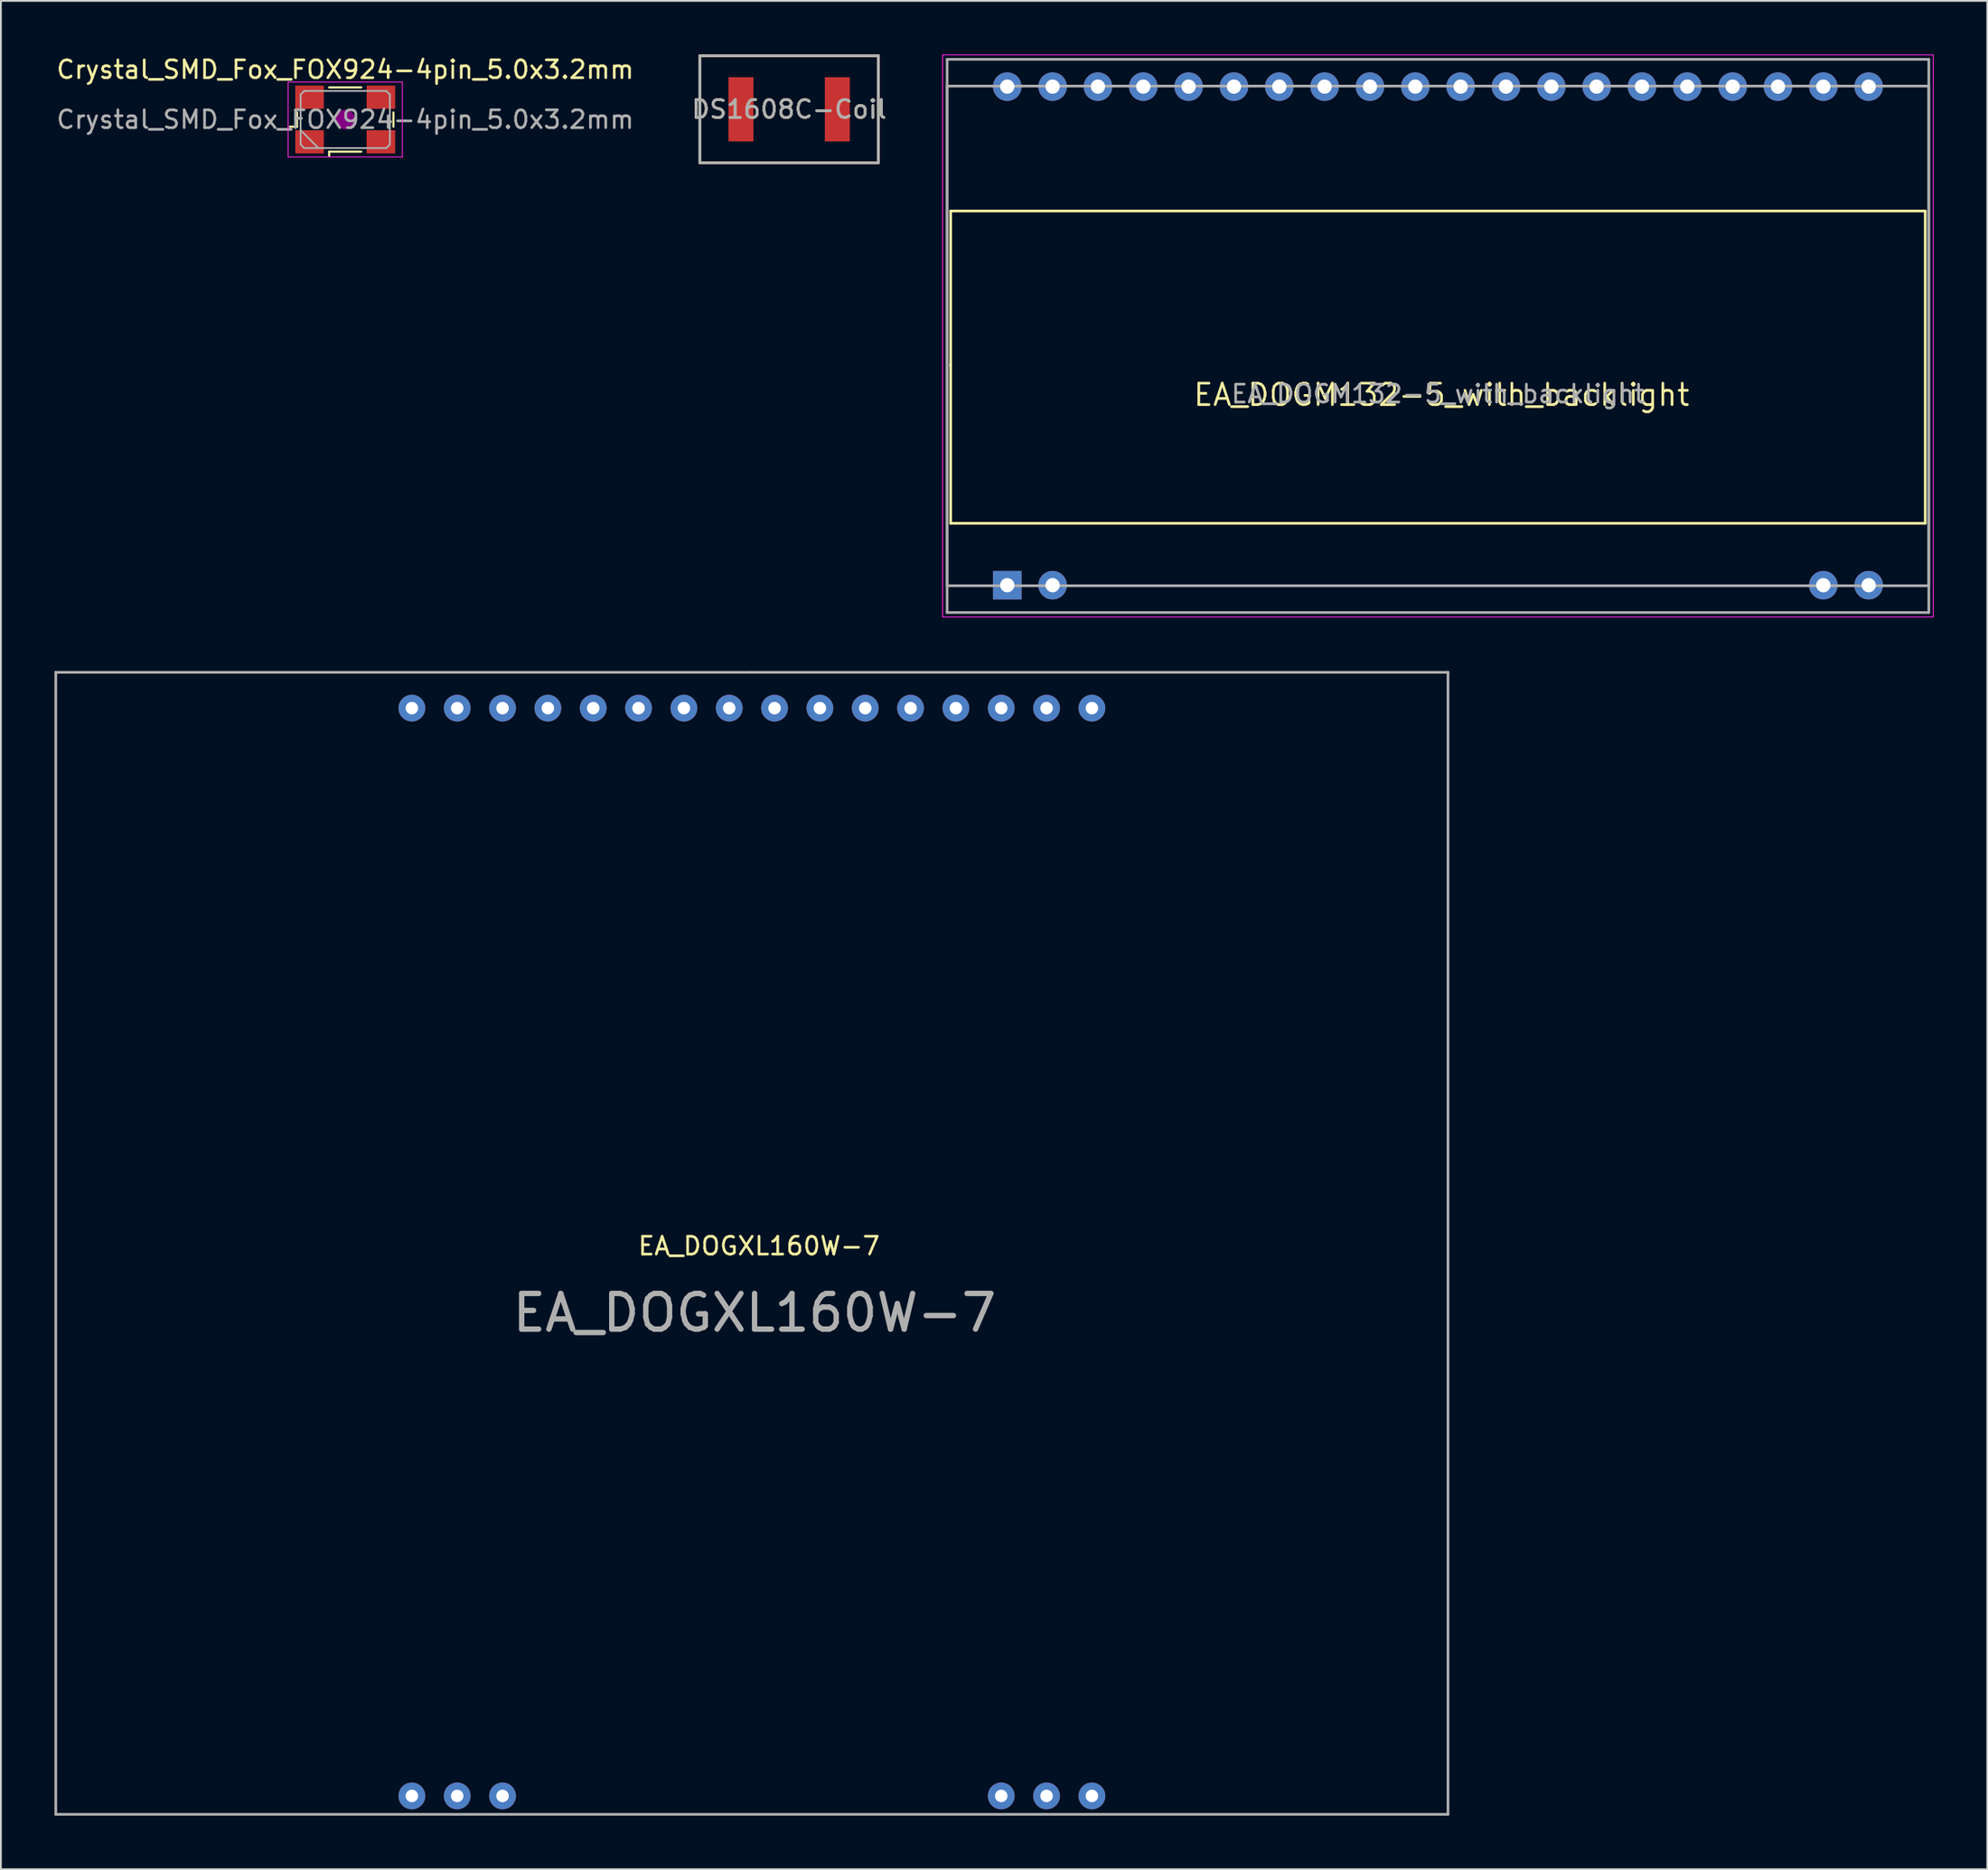
<source format=kicad_pcb>
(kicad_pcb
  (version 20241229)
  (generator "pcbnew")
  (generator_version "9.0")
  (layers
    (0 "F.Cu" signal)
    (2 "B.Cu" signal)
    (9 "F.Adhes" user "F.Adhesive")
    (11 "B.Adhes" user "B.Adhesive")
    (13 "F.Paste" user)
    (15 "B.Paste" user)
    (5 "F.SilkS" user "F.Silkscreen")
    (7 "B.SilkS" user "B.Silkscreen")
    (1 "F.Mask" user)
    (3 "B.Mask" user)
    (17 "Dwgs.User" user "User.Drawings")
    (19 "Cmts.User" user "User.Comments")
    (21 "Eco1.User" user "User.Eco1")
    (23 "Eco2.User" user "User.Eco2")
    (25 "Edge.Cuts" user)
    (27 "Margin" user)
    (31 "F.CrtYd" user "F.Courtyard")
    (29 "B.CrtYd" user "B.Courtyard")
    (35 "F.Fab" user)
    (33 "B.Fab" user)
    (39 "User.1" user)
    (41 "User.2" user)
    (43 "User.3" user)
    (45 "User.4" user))
  (footprint "DS1608C-Coil"
    (layer "F.Cu")
    (at 41.161 3.075)
    (property "Reference" "DS1608C-Coil" (at 0 0 0) (layer "F.SilkS") (effects (font (size 1 1) (thickness 0.15))))
    (attr through_hole)
    (fp_line (start -5 -3) (end 5 -3) (stroke (width 0.15) (type solid)) (layer "F.SilkS"))
    (fp_line (start -5 3) (end -5 -3) (stroke (width 0.15) (type solid)) (layer "F.SilkS"))
    (fp_line (start 5 -3) (end 5 3) (stroke (width 0.15) (type solid)) (layer "F.SilkS"))
    (fp_line (start 5 3) (end -5 3) (stroke (width 0.15) (type solid)) (layer "F.SilkS"))
    (fp_line (start -5 -3) (end 5 -3) (stroke (width 0.15) (type solid)) (layer "F.Fab"))
    (fp_line (start -5 3) (end -5 -3) (stroke (width 0.15) (type solid)) (layer "F.Fab"))
    (fp_line (start 5 -3) (end 5 3) (stroke (width 0.15) (type solid)) (layer "F.Fab"))
    (fp_line (start 5 3) (end -5 3) (stroke (width 0.15) (type solid)) (layer "F.Fab"))
    (fp_text user "${REFERENCE}" (at 0 0 0) (layer "F.Fab") (effects (font (size 1 1) (thickness 0.15))))
    (pad "1" smd rect (at -2.7 0) (size 1.4 3.6) (layers "F.Cu" "F.Mask" "F.Paste"))
    (pad "2" smd rect (at 2.7 0) (size 1.4 3.6) (layers "F.Cu" "F.Mask" "F.Paste")))
  (footprint "Crystal_SMD_Fox_FOX924-4pin_5.0x3.2mm"
    (layer "F.Cu")
    (at 16.292 3.648)
    (property "Reference" "Crystal_SMD_Fox_FOX924-4pin_5.0x3.2mm" (at 0 -2.8 0) (layer "F.SilkS") (effects (font (size 1 1) (thickness 0.15))))
    (attr smd)
    (fp_line (start -3.1 0.4) (end -2.7 0.4) (stroke (width 0.12) (type solid)) (layer "F.SilkS"))
    (fp_line (start -2.7 0.4) (end -2.7 -0.4) (stroke (width 0.12) (type solid)) (layer "F.SilkS"))
    (fp_line (start -0.9 -1.8) (end 0.9 -1.8) (stroke (width 0.12) (type solid)) (layer "F.SilkS"))
    (fp_line (start -0.9 1.8) (end -0.9 2.04) (stroke (width 0.12) (type solid)) (layer "F.SilkS"))
    (fp_line (start 0.9 1.8) (end -0.9 1.8) (stroke (width 0.12) (type solid)) (layer "F.SilkS"))
    (fp_line (start 2.7 -0.4) (end 2.7 0.4) (stroke (width 0.12) (type solid)) (layer "F.SilkS"))
    (fp_circle (center 0 0) (end 0.117 0) (stroke (width 0.233) (type solid)) (fill no) (layer "F.Adhes"))
    (fp_circle (center 0 0) (end 0.267 0) (stroke (width 0.167) (type solid)) (fill no) (layer "F.Adhes"))
    (fp_circle (center 0 0) (end 0.417 0) (stroke (width 0.167) (type solid)) (fill no) (layer "F.Adhes"))
    (fp_circle (center 0 0) (end 0.5 0) (stroke (width 0.1) (type solid)) (fill no) (layer "F.Adhes"))
    (fp_line (start -3.2 -2.1) (end -3.2 2.1) (stroke (width 0.05) (type solid)) (layer "F.CrtYd"))
    (fp_line (start -3.2 2.1) (end 3.2 2.1) (stroke (width 0.05) (type solid)) (layer "F.CrtYd"))
    (fp_line (start 3.2 -2.1) (end -3.2 -2.1) (stroke (width 0.05) (type solid)) (layer "F.CrtYd"))
    (fp_line (start 3.2 2.1) (end 3.2 -2.1) (stroke (width 0.05) (type solid)) (layer "F.CrtYd"))
    (fp_line (start -2.5 -1.4) (end -2.3 -1.6) (stroke (width 0.1) (type solid)) (layer "F.Fab"))
    (fp_line (start -2.5 0.6) (end -1.5 1.6) (stroke (width 0.1) (type solid)) (layer "F.Fab"))
    (fp_line (start -2.5 1.4) (end -2.5 -1.4) (stroke (width 0.1) (type solid)) (layer "F.Fab"))
    (fp_line (start -2.3 -1.6) (end 2.3 -1.6) (stroke (width 0.1) (type solid)) (layer "F.Fab"))
    (fp_line (start -2.3 1.6) (end -2.5 1.4) (stroke (width 0.1) (type solid)) (layer "F.Fab"))
    (fp_line (start 2.3 -1.6) (end 2.5 -1.4) (stroke (width 0.1) (type solid)) (layer "F.Fab"))
    (fp_line (start 2.3 1.6) (end -2.3 1.6) (stroke (width 0.1) (type solid)) (layer "F.Fab"))
    (fp_line (start 2.5 -1.4) (end 2.5 1.4) (stroke (width 0.1) (type solid)) (layer "F.Fab"))
    (fp_line (start 2.5 1.4) (end 2.3 1.6) (stroke (width 0.1) (type solid)) (layer "F.Fab"))
    (fp_text user "${REFERENCE}" (at 0 0 0) (layer "F.Fab") (effects (font (size 1 1) (thickness 0.15))))
    (pad "1" smd rect (at -2 1.25) (size 1.6 1.3) (layers "F.Cu" "F.Mask" "F.Paste"))
    (pad "2" smd rect (at 2 1.25) (size 1.6 1.3) (layers "F.Cu" "F.Mask" "F.Paste"))
    (pad "3" smd rect (at 2 -1.25) (size 1.6 1.3) (layers "F.Cu" "F.Mask" "F.Paste"))
    (pad "4" smd rect (at -2 -1.25) (size 1.6 1.3) (layers "F.Cu" "F.Mask" "F.Paste")))
  (footprint "EA_DOGXL160W-7"
    (layer "F.Cu")
    (at 39.075 70.625)
    (property "Reference" "EA_DOGXL160W-7" (at 0.4 -3.85 0) (layer "F.SilkS") (effects (font (size 1 1) (thickness 0.15))))
    (attr through_hole)
    (fp_line (start -39 -36) (end 0 -36) (stroke (width 0.15) (type solid)) (layer "F.Fab"))
    (fp_line (start -39 28) (end -39 -36) (stroke (width 0.15) (type solid)) (layer "F.Fab"))
    (fp_line (start 0 -36) (end 39 -36) (stroke (width 0.15) (type solid)) (layer "F.Fab"))
    (fp_line (start 39 -36) (end 39 28) (stroke (width 0.15) (type solid)) (layer "F.Fab"))
    (fp_line (start 39 28) (end -39 28) (stroke (width 0.15) (type solid)) (layer "F.Fab"))
    (fp_text user "${REFERENCE}" (at 0.15 -0.1 0) (layer "F.Fab") (effects (font (size 2 2) (thickness 0.3))))
    (pad "1" thru_hole circle (at -19.05 26.97) (size 1.5 1.5) (drill 0.7) (layers "*.Cu" "*.Mask"))
    (pad "2" thru_hole circle (at -16.51 26.97) (size 1.5 1.5) (drill 0.7) (layers "*.Cu" "*.Mask"))
    (pad "3" thru_hole circle (at -13.97 26.97) (size 1.5 1.5) (drill 0.7) (layers "*.Cu" "*.Mask"))
    (pad "14" thru_hole circle (at 13.97 26.97) (size 1.5 1.5) (drill 0.7) (layers "*.Cu" "*.Mask"))
    (pad "15" thru_hole circle (at 16.51 26.97) (size 1.5 1.5) (drill 0.7) (layers "*.Cu" "*.Mask"))
    (pad "16" thru_hole circle (at 19.05 26.97) (size 1.5 1.5) (drill 0.7) (layers "*.Cu" "*.Mask"))
    (pad "17" thru_hole circle (at 19.05 -33.99) (size 1.5 1.5) (drill 0.7) (layers "*.Cu" "*.Mask"))
    (pad "18" thru_hole circle (at 16.51 -33.99) (size 1.5 1.5) (drill 0.7) (layers "*.Cu" "*.Mask"))
    (pad "19" thru_hole circle (at 13.97 -33.99) (size 1.5 1.5) (drill 0.7) (layers "*.Cu" "*.Mask"))
    (pad "20" thru_hole circle (at 11.43 -33.99) (size 1.5 1.5) (drill 0.7) (layers "*.Cu" "*.Mask"))
    (pad "21" thru_hole circle (at 8.89 -33.99) (size 1.5 1.5) (drill 0.7) (layers "*.Cu" "*.Mask"))
    (pad "22" thru_hole circle (at 6.35 -33.99) (size 1.5 1.5) (drill 0.7) (layers "*.Cu" "*.Mask"))
    (pad "23" thru_hole circle (at 3.81 -33.99) (size 1.5 1.5) (drill 0.7) (layers "*.Cu" "*.Mask"))
    (pad "24" thru_hole circle (at 1.27 -33.99) (size 1.5 1.5) (drill 0.7) (layers "*.Cu" "*.Mask"))
    (pad "25" thru_hole circle (at -1.27 -33.99) (size 1.5 1.5) (drill 0.7) (layers "*.Cu" "*.Mask"))
    (pad "26" thru_hole circle (at -3.81 -33.99) (size 1.5 1.5) (drill 0.7) (layers "*.Cu" "*.Mask"))
    (pad "27" thru_hole circle (at -6.35 -33.99) (size 1.5 1.5) (drill 0.7) (layers "*.Cu" "*.Mask"))
    (pad "28" thru_hole circle (at -8.89 -33.99) (size 1.5 1.5) (drill 0.7) (layers "*.Cu" "*.Mask"))
    (pad "29" thru_hole circle (at -11.43 -33.99) (size 1.5 1.5) (drill 0.7) (layers "*.Cu" "*.Mask"))
    (pad "30" thru_hole circle (at -13.97 -33.99) (size 1.5 1.5) (drill 0.7) (layers "*.Cu" "*.Mask"))
    (pad "31" thru_hole circle (at -16.51 -33.99) (size 1.5 1.5) (drill 0.7) (layers "*.Cu" "*.Mask"))
    (pad "32" thru_hole circle (at -19.05 -33.99) (size 1.5 1.5) (drill 0.7) (layers "*.Cu" "*.Mask")))
  (footprint "EA_DOGM132-5_with_backlight"
    (layer "F.Cu")
    (at 53.413 29.775)
    (property "Reference" "EA_DOGM132-5_with_backlight" (at 24.3 -10.7 180) (layer "F.SilkS") (effects (font (size 1.2 1.2) (thickness 0.15))))
    (attr through_hole)
    (fp_line (start -3.2 -21) (end 51.4 -21) (stroke (width 0.15) (type solid)) (layer "F.SilkS"))
    (fp_line (start -3.2 -12.3) (end -3.2 -21) (stroke (width 0.15) (type solid)) (layer "F.SilkS"))
    (fp_line (start -3.2 -3.5) (end -3.2 -12.4) (stroke (width 0.15) (type solid)) (layer "F.SilkS"))
    (fp_line (start 51.4 -21) (end 51.4 -3.5) (stroke (width 0.15) (type solid)) (layer "F.SilkS"))
    (fp_line (start 51.4 -3.5) (end -3.2 -3.5) (stroke (width 0.15) (type solid)) (layer "F.SilkS"))
    (fp_line (start -3.65 -29.75) (end -3.65 1.75) (stroke (width 0.05) (type solid)) (layer "F.CrtYd"))
    (fp_line (start -3.65 1.75) (end 51.85 1.75) (stroke (width 0.05) (type solid)) (layer "F.CrtYd"))
    (fp_line (start 51.85 -29.75) (end -3.65 -29.75) (stroke (width 0.05) (type solid)) (layer "F.CrtYd"))
    (fp_line (start 51.85 1.75) (end 51.85 -29.75) (stroke (width 0.05) (type solid)) (layer "F.CrtYd"))
    (fp_line (start -3.4 -29.5) (end 51.6 -29.5) (stroke (width 0.15) (type solid)) (layer "F.Fab"))
    (fp_line (start -3.4 -28) (end 51.6 -28) (stroke (width 0.15) (type solid)) (layer "F.Fab"))
    (fp_line (start -3.4 0) (end -3.4 -28) (stroke (width 0.15) (type solid)) (layer "F.Fab"))
    (fp_line (start -3.4 1.5) (end -3.4 -29.5) (stroke (width 0.15) (type solid)) (layer "F.Fab"))
    (fp_line (start 51.6 -29.5) (end 51.6 1.5) (stroke (width 0.15) (type solid)) (layer "F.Fab"))
    (fp_line (start 51.6 -28) (end 51.6 0) (stroke (width 0.15) (type solid)) (layer "F.Fab"))
    (fp_line (start 51.6 0) (end -3.4 0) (stroke (width 0.15) (type solid)) (layer "F.Fab"))
    (fp_line (start 51.6 1.5) (end -3.4 1.5) (stroke (width 0.15) (type solid)) (layer "F.Fab"))
    (fp_text user "${REFERENCE}" (at 24.1 -10.75 0) (layer "F.Fab") (effects (font (size 1 1) (thickness 0.15))))
    (pad "1" thru_hole rect (at -0.03 -0.03) (size 1.6 1.6) (drill 0.8) (layers "*.Cu" "*.Mask"))
    (pad "2" thru_hole circle (at 2.51 -0.03) (size 1.6 1.6) (drill 0.8) (layers "*.Cu" "*.Mask"))
    (pad "19" thru_hole circle (at 45.69 -0.03) (size 1.6 1.6) (drill 0.8) (layers "*.Cu" "*.Mask"))
    (pad "20" thru_hole circle (at 48.23 -0.03) (size 1.6 1.6) (drill 0.8) (layers "*.Cu" "*.Mask"))
    (pad "21" thru_hole circle (at 48.23 -27.97) (size 1.6 1.6) (drill 0.8) (layers "*.Cu" "*.Mask"))
    (pad "22" thru_hole circle (at 45.69 -27.97) (size 1.6 1.6) (drill 0.8) (layers "*.Cu" "*.Mask"))
    (pad "23" thru_hole circle (at 43.15 -27.97) (size 1.6 1.6) (drill 0.8) (layers "*.Cu" "*.Mask"))
    (pad "24" thru_hole circle (at 40.61 -27.97) (size 1.6 1.6) (drill 0.8) (layers "*.Cu" "*.Mask"))
    (pad "25" thru_hole circle (at 38.07 -27.97) (size 1.6 1.6) (drill 0.8) (layers "*.Cu" "*.Mask"))
    (pad "26" thru_hole circle (at 35.53 -27.97) (size 1.6 1.6) (drill 0.8) (layers "*.Cu" "*.Mask"))
    (pad "27" thru_hole circle (at 32.99 -27.97) (size 1.6 1.6) (drill 0.8) (layers "*.Cu" "*.Mask"))
    (pad "28" thru_hole circle (at 30.45 -27.97) (size 1.6 1.6) (drill 0.8) (layers "*.Cu" "*.Mask"))
    (pad "29" thru_hole circle (at 27.91 -27.97) (size 1.6 1.6) (drill 0.8) (layers "*.Cu" "*.Mask"))
    (pad "30" thru_hole circle (at 25.37 -27.97) (size 1.6 1.6) (drill 0.8) (layers "*.Cu" "*.Mask"))
    (pad "31" thru_hole circle (at 22.83 -27.97) (size 1.6 1.6) (drill 0.8) (layers "*.Cu" "*.Mask"))
    (pad "32" thru_hole circle (at 20.29 -27.97) (size 1.6 1.6) (drill 0.8) (layers "*.Cu" "*.Mask"))
    (pad "33" thru_hole circle (at 17.75 -27.97) (size 1.6 1.6) (drill 0.8) (layers "*.Cu" "*.Mask"))
    (pad "34" thru_hole circle (at 15.21 -27.97) (size 1.6 1.6) (drill 0.8) (layers "*.Cu" "*.Mask"))
    (pad "35" thru_hole circle (at 12.67 -27.97) (size 1.6 1.6) (drill 0.8) (layers "*.Cu" "*.Mask"))
    (pad "36" thru_hole circle (at 10.13 -27.97) (size 1.6 1.6) (drill 0.8) (layers "*.Cu" "*.Mask"))
    (pad "37" thru_hole circle (at 7.59 -27.97) (size 1.6 1.6) (drill 0.8) (layers "*.Cu" "*.Mask"))
    (pad "38" thru_hole circle (at 5.05 -27.97) (size 1.6 1.6) (drill 0.8) (layers "*.Cu" "*.Mask"))
    (pad "39" thru_hole circle (at 2.51 -27.97) (size 1.6 1.6) (drill 0.8) (layers "*.Cu" "*.Mask"))
    (pad "40" thru_hole circle (at -0.03 -27.97) (size 1.6 1.6) (drill 0.8) (layers "*.Cu" "*.Mask")))
  (gr_rect
    (start -3 -3)
    (end 108.288 101.7)
    (stroke (width 0.1) (type default))
    (fill no)
    (layer "Edge.Cuts")))
</source>
